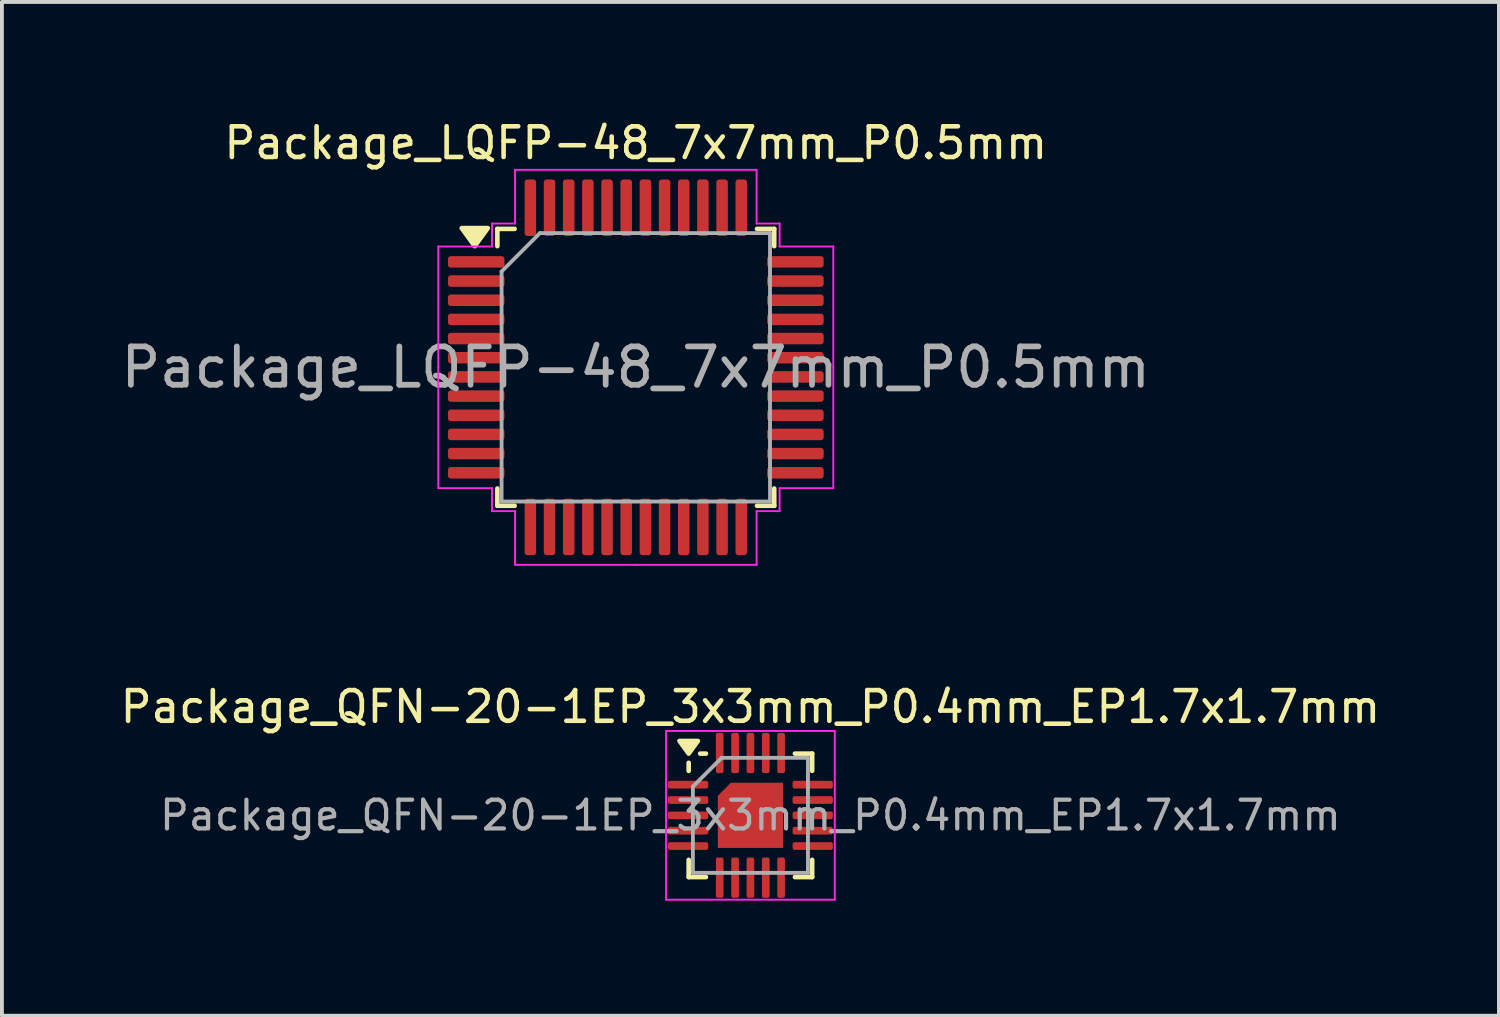
<source format=kicad_pcb>
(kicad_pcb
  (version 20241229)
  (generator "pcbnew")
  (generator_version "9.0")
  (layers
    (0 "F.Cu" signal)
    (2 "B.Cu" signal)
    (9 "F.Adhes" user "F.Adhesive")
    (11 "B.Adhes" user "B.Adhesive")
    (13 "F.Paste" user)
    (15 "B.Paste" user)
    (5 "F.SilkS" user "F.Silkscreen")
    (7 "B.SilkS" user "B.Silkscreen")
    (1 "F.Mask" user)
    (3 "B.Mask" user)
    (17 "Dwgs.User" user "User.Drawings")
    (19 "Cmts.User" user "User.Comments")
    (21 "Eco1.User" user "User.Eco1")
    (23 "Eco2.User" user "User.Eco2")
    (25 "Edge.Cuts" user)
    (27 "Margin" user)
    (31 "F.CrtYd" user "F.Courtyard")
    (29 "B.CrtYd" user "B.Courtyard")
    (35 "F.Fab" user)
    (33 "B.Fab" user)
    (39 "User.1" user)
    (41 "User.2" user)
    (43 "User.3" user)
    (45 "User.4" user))
  (footprint "Package_QFN-20-1EP_3x3mm_P0.4mm_EP1.7x1.7mm"
    (layer "F.Cu")
    (at 16.519 18.212)
    (property "Reference" "Package_QFN-20-1EP_3x3mm_P0.4mm_EP1.7x1.7mm" (at 0 -2.83 0) (layer "F.SilkS") (effects (font (size 0.8 0.8) (thickness 0.12))))
    (attr smd)
    (fp_line (start -1.61 -1.16) (end -1.61 -1.37) (stroke (width 0.12) (type solid)) (layer "F.SilkS"))
    (fp_line (start -1.61 1.61) (end -1.61 1.16) (stroke (width 0.12) (type solid)) (layer "F.SilkS"))
    (fp_line (start -1.16 -1.61) (end -1.31 -1.61) (stroke (width 0.12) (type solid)) (layer "F.SilkS"))
    (fp_line (start -1.16 1.61) (end -1.61 1.61) (stroke (width 0.12) (type solid)) (layer "F.SilkS"))
    (fp_line (start 1.16 -1.61) (end 1.61 -1.61) (stroke (width 0.12) (type solid)) (layer "F.SilkS"))
    (fp_line (start 1.16 1.61) (end 1.61 1.61) (stroke (width 0.12) (type solid)) (layer "F.SilkS"))
    (fp_line (start 1.61 -1.61) (end 1.61 -1.16) (stroke (width 0.12) (type solid)) (layer "F.SilkS"))
    (fp_line (start 1.61 1.61) (end 1.61 1.16) (stroke (width 0.12) (type solid)) (layer "F.SilkS"))
    (fp_poly (pts (xy -1.61 -1.61) (xy -1.85 -1.94) (xy -1.37 -1.94) (xy -1.61 -1.61)) (stroke (width 0.12) (type solid)) (fill yes) (layer "F.SilkS"))
    (fp_line (start -2.2 -2.2) (end -2.2 2.2) (stroke (width 0.05) (type solid)) (layer "F.CrtYd"))
    (fp_line (start -2.2 2.2) (end 2.2 2.2) (stroke (width 0.05) (type solid)) (layer "F.CrtYd"))
    (fp_line (start 2.2 -2.2) (end -2.2 -2.2) (stroke (width 0.05) (type solid)) (layer "F.CrtYd"))
    (fp_line (start 2.2 2.2) (end 2.2 -2.2) (stroke (width 0.05) (type solid)) (layer "F.CrtYd"))
    (fp_line (start -1.5 -0.75) (end -0.75 -1.5) (stroke (width 0.1) (type solid)) (layer "F.Fab"))
    (fp_line (start -1.5 1.5) (end -1.5 -0.75) (stroke (width 0.1) (type solid)) (layer "F.Fab"))
    (fp_line (start -0.75 -1.5) (end 1.5 -1.5) (stroke (width 0.1) (type solid)) (layer "F.Fab"))
    (fp_line (start 1.5 -1.5) (end 1.5 1.5) (stroke (width 0.1) (type solid)) (layer "F.Fab"))
    (fp_line (start 1.5 1.5) (end -1.5 1.5) (stroke (width 0.1) (type solid)) (layer "F.Fab"))
    (fp_text user "${REFERENCE}" (at 0 0 0) (layer "F.Fab") (effects (font (size 0.75 0.75) (thickness 0.11))))
    (pad "" smd roundrect (at -0.41 0.41) (size 0.67 0.67) (layers "F.Paste") (roundrect_rratio 0.25))
    (pad "" smd roundrect (at -0.388 -0.388) (size 0.625 0.625) (layers "F.Paste") (roundrect_rratio 0.25))
    (pad "" smd roundrect (at 0.41 -0.41) (size 0.67 0.67) (layers "F.Paste") (roundrect_rratio 0.25))
    (pad "" smd roundrect (at 0.41 0.41) (size 0.67 0.67) (layers "F.Paste") (roundrect_rratio 0.25))
    (pad "0" smd roundrect (at 0 0) (size 1.7 1.7) (property pad_prop_heatsink) (layers "F.Cu" "F.Mask") (roundrect_rratio 0) (chamfer_ratio 0.2) (chamfer top_left))
    (pad "1" smd roundrect (at -1.625 -0.8) (size 1.05 0.2) (layers "F.Cu" "F.Mask" "F.Paste") (roundrect_rratio 0.25))
    (pad "2" smd roundrect (at -1.625 -0.4) (size 1.05 0.2) (layers "F.Cu" "F.Mask" "F.Paste") (roundrect_rratio 0.25))
    (pad "3" smd roundrect (at -1.625 0) (size 1.05 0.2) (layers "F.Cu" "F.Mask" "F.Paste") (roundrect_rratio 0.25))
    (pad "4" smd roundrect (at -1.625 0.4) (size 1.05 0.2) (layers "F.Cu" "F.Mask" "F.Paste") (roundrect_rratio 0.25))
    (pad "5" smd roundrect (at -1.625 0.8) (size 1.05 0.2) (layers "F.Cu" "F.Mask" "F.Paste") (roundrect_rratio 0.25))
    (pad "6" smd roundrect (at -0.8 1.625) (size 0.2 1.05) (layers "F.Cu" "F.Mask" "F.Paste") (roundrect_rratio 0.25))
    (pad "7" smd roundrect (at -0.4 1.625) (size 0.2 1.05) (layers "F.Cu" "F.Mask" "F.Paste") (roundrect_rratio 0.25))
    (pad "8" smd roundrect (at 0 1.625) (size 0.2 1.05) (layers "F.Cu" "F.Mask" "F.Paste") (roundrect_rratio 0.25))
    (pad "9" smd roundrect (at 0.4 1.625) (size 0.2 1.05) (layers "F.Cu" "F.Mask" "F.Paste") (roundrect_rratio 0.25))
    (pad "10" smd roundrect (at 0.8 1.625) (size 0.2 1.05) (layers "F.Cu" "F.Mask" "F.Paste") (roundrect_rratio 0.25))
    (pad "11" smd roundrect (at 1.625 0.8) (size 1.05 0.2) (layers "F.Cu" "F.Mask" "F.Paste") (roundrect_rratio 0.25))
    (pad "12" smd roundrect (at 1.625 0.4) (size 1.05 0.2) (layers "F.Cu" "F.Mask" "F.Paste") (roundrect_rratio 0.25))
    (pad "13" smd roundrect (at 1.625 0) (size 1.05 0.2) (layers "F.Cu" "F.Mask" "F.Paste") (roundrect_rratio 0.25))
    (pad "14" smd roundrect (at 1.625 -0.4) (size 1.05 0.2) (layers "F.Cu" "F.Mask" "F.Paste") (roundrect_rratio 0.25))
    (pad "15" smd roundrect (at 1.625 -0.8) (size 1.05 0.2) (layers "F.Cu" "F.Mask" "F.Paste") (roundrect_rratio 0.25))
    (pad "16" smd roundrect (at 0.8 -1.625) (size 0.2 1.05) (layers "F.Cu" "F.Mask" "F.Paste") (roundrect_rratio 0.25))
    (pad "17" smd roundrect (at 0.4 -1.625) (size 0.2 1.05) (layers "F.Cu" "F.Mask" "F.Paste") (roundrect_rratio 0.25))
    (pad "18" smd roundrect (at 0 -1.625) (size 0.2 1.05) (layers "F.Cu" "F.Mask" "F.Paste") (roundrect_rratio 0.25))
    (pad "19" smd roundrect (at -0.4 -1.625) (size 0.2 1.05) (layers "F.Cu" "F.Mask" "F.Paste") (roundrect_rratio 0.25))
    (pad "20" smd roundrect (at -0.8 -1.625) (size 0.2 1.05) (layers "F.Cu" "F.Mask" "F.Paste") (roundrect_rratio 0.25)))
  (footprint "Package_LQFP-48_7x7mm_P0.5mm"
    (layer "F.Cu")
    (at 13.53 6.529)
    (property "Reference" "Package_LQFP-48_7x7mm_P0.5mm" (at 0 -5.85 0) (layer "F.SilkS") (effects (font (size 0.8 0.8) (thickness 0.12))))
    (attr smd)
    (fp_line (start -3.61 -3.61) (end -3.61 -3.16) (stroke (width 0.12) (type solid)) (layer "F.SilkS"))
    (fp_line (start -3.61 3.61) (end -3.61 3.16) (stroke (width 0.12) (type solid)) (layer "F.SilkS"))
    (fp_line (start -3.16 -3.61) (end -3.61 -3.61) (stroke (width 0.12) (type solid)) (layer "F.SilkS"))
    (fp_line (start -3.16 3.61) (end -3.61 3.61) (stroke (width 0.12) (type solid)) (layer "F.SilkS"))
    (fp_line (start 3.16 -3.61) (end 3.61 -3.61) (stroke (width 0.12) (type solid)) (layer "F.SilkS"))
    (fp_line (start 3.16 3.61) (end 3.61 3.61) (stroke (width 0.12) (type solid)) (layer "F.SilkS"))
    (fp_line (start 3.61 -3.61) (end 3.61 -3.16) (stroke (width 0.12) (type solid)) (layer "F.SilkS"))
    (fp_line (start 3.61 3.61) (end 3.61 3.16) (stroke (width 0.12) (type solid)) (layer "F.SilkS"))
    (fp_poly (pts (xy -4.2 -3.16) (xy -4.54 -3.63) (xy -3.86 -3.63) (xy -4.2 -3.16)) (stroke (width 0.12) (type solid)) (fill yes) (layer "F.SilkS"))
    (fp_line (start -5.15 -3.15) (end -5.15 0) (stroke (width 0.05) (type solid)) (layer "F.CrtYd"))
    (fp_line (start -5.15 3.15) (end -5.15 0) (stroke (width 0.05) (type solid)) (layer "F.CrtYd"))
    (fp_line (start -3.75 -3.75) (end -3.75 -3.15) (stroke (width 0.05) (type solid)) (layer "F.CrtYd"))
    (fp_line (start -3.75 -3.15) (end -5.15 -3.15) (stroke (width 0.05) (type solid)) (layer "F.CrtYd"))
    (fp_line (start -3.75 3.15) (end -5.15 3.15) (stroke (width 0.05) (type solid)) (layer "F.CrtYd"))
    (fp_line (start -3.75 3.75) (end -3.75 3.15) (stroke (width 0.05) (type solid)) (layer "F.CrtYd"))
    (fp_line (start -3.15 -5.15) (end -3.15 -3.75) (stroke (width 0.05) (type solid)) (layer "F.CrtYd"))
    (fp_line (start -3.15 -3.75) (end -3.75 -3.75) (stroke (width 0.05) (type solid)) (layer "F.CrtYd"))
    (fp_line (start -3.15 3.75) (end -3.75 3.75) (stroke (width 0.05) (type solid)) (layer "F.CrtYd"))
    (fp_line (start -3.15 5.15) (end -3.15 3.75) (stroke (width 0.05) (type solid)) (layer "F.CrtYd"))
    (fp_line (start 0 -5.15) (end -3.15 -5.15) (stroke (width 0.05) (type solid)) (layer "F.CrtYd"))
    (fp_line (start 0 -5.15) (end 3.15 -5.15) (stroke (width 0.05) (type solid)) (layer "F.CrtYd"))
    (fp_line (start 0 5.15) (end -3.15 5.15) (stroke (width 0.05) (type solid)) (layer "F.CrtYd"))
    (fp_line (start 0 5.15) (end 3.15 5.15) (stroke (width 0.05) (type solid)) (layer "F.CrtYd"))
    (fp_line (start 3.15 -5.15) (end 3.15 -3.75) (stroke (width 0.05) (type solid)) (layer "F.CrtYd"))
    (fp_line (start 3.15 -3.75) (end 3.75 -3.75) (stroke (width 0.05) (type solid)) (layer "F.CrtYd"))
    (fp_line (start 3.15 3.75) (end 3.75 3.75) (stroke (width 0.05) (type solid)) (layer "F.CrtYd"))
    (fp_line (start 3.15 5.15) (end 3.15 3.75) (stroke (width 0.05) (type solid)) (layer "F.CrtYd"))
    (fp_line (start 3.75 -3.75) (end 3.75 -3.15) (stroke (width 0.05) (type solid)) (layer "F.CrtYd"))
    (fp_line (start 3.75 -3.15) (end 5.15 -3.15) (stroke (width 0.05) (type solid)) (layer "F.CrtYd"))
    (fp_line (start 3.75 3.15) (end 5.15 3.15) (stroke (width 0.05) (type solid)) (layer "F.CrtYd"))
    (fp_line (start 3.75 3.75) (end 3.75 3.15) (stroke (width 0.05) (type solid)) (layer "F.CrtYd"))
    (fp_line (start 5.15 -3.15) (end 5.15 0) (stroke (width 0.05) (type solid)) (layer "F.CrtYd"))
    (fp_line (start 5.15 3.15) (end 5.15 0) (stroke (width 0.05) (type solid)) (layer "F.CrtYd"))
    (fp_line (start -3.5 -2.5) (end -2.5 -3.5) (stroke (width 0.1) (type solid)) (layer "F.Fab"))
    (fp_line (start -3.5 3.5) (end -3.5 -2.5) (stroke (width 0.1) (type solid)) (layer "F.Fab"))
    (fp_line (start -2.5 -3.5) (end 3.5 -3.5) (stroke (width 0.1) (type solid)) (layer "F.Fab"))
    (fp_line (start 3.5 -3.5) (end 3.5 3.5) (stroke (width 0.1) (type solid)) (layer "F.Fab"))
    (fp_line (start 3.5 3.5) (end -3.5 3.5) (stroke (width 0.1) (type solid)) (layer "F.Fab"))
    (fp_text user "${REFERENCE}" (at 0 0 0) (layer "F.Fab") (effects (font (size 1 1) (thickness 0.15))))
    (pad "1" smd roundrect (at -4.162 -2.75) (size 1.475 0.3) (layers "F.Cu" "F.Mask" "F.Paste") (roundrect_rratio 0.25))
    (pad "2" smd roundrect (at -4.162 -2.25) (size 1.475 0.3) (layers "F.Cu" "F.Mask" "F.Paste") (roundrect_rratio 0.25))
    (pad "3" smd roundrect (at -4.162 -1.75) (size 1.475 0.3) (layers "F.Cu" "F.Mask" "F.Paste") (roundrect_rratio 0.25))
    (pad "4" smd roundrect (at -4.162 -1.25) (size 1.475 0.3) (layers "F.Cu" "F.Mask" "F.Paste") (roundrect_rratio 0.25))
    (pad "5" smd roundrect (at -4.162 -0.75) (size 1.475 0.3) (layers "F.Cu" "F.Mask" "F.Paste") (roundrect_rratio 0.25))
    (pad "6" smd roundrect (at -4.162 -0.25) (size 1.475 0.3) (layers "F.Cu" "F.Mask" "F.Paste") (roundrect_rratio 0.25))
    (pad "7" smd roundrect (at -4.162 0.25) (size 1.475 0.3) (layers "F.Cu" "F.Mask" "F.Paste") (roundrect_rratio 0.25))
    (pad "8" smd roundrect (at -4.162 0.75) (size 1.475 0.3) (layers "F.Cu" "F.Mask" "F.Paste") (roundrect_rratio 0.25))
    (pad "9" smd roundrect (at -4.162 1.25) (size 1.475 0.3) (layers "F.Cu" "F.Mask" "F.Paste") (roundrect_rratio 0.25))
    (pad "10" smd roundrect (at -4.162 1.75) (size 1.475 0.3) (layers "F.Cu" "F.Mask" "F.Paste") (roundrect_rratio 0.25))
    (pad "11" smd roundrect (at -4.162 2.25) (size 1.475 0.3) (layers "F.Cu" "F.Mask" "F.Paste") (roundrect_rratio 0.25))
    (pad "12" smd roundrect (at -4.162 2.75) (size 1.475 0.3) (layers "F.Cu" "F.Mask" "F.Paste") (roundrect_rratio 0.25))
    (pad "13" smd roundrect (at -2.75 4.162) (size 0.3 1.475) (layers "F.Cu" "F.Mask" "F.Paste") (roundrect_rratio 0.25))
    (pad "14" smd roundrect (at -2.25 4.162) (size 0.3 1.475) (layers "F.Cu" "F.Mask" "F.Paste") (roundrect_rratio 0.25))
    (pad "15" smd roundrect (at -1.75 4.162) (size 0.3 1.475) (layers "F.Cu" "F.Mask" "F.Paste") (roundrect_rratio 0.25))
    (pad "16" smd roundrect (at -1.25 4.162) (size 0.3 1.475) (layers "F.Cu" "F.Mask" "F.Paste") (roundrect_rratio 0.25))
    (pad "17" smd roundrect (at -0.75 4.162) (size 0.3 1.475) (layers "F.Cu" "F.Mask" "F.Paste") (roundrect_rratio 0.25))
    (pad "18" smd roundrect (at -0.25 4.162) (size 0.3 1.475) (layers "F.Cu" "F.Mask" "F.Paste") (roundrect_rratio 0.25))
    (pad "19" smd roundrect (at 0.25 4.162) (size 0.3 1.475) (layers "F.Cu" "F.Mask" "F.Paste") (roundrect_rratio 0.25))
    (pad "20" smd roundrect (at 0.75 4.162) (size 0.3 1.475) (layers "F.Cu" "F.Mask" "F.Paste") (roundrect_rratio 0.25))
    (pad "21" smd roundrect (at 1.25 4.162) (size 0.3 1.475) (layers "F.Cu" "F.Mask" "F.Paste") (roundrect_rratio 0.25))
    (pad "22" smd roundrect (at 1.75 4.162) (size 0.3 1.475) (layers "F.Cu" "F.Mask" "F.Paste") (roundrect_rratio 0.25))
    (pad "23" smd roundrect (at 2.25 4.162) (size 0.3 1.475) (layers "F.Cu" "F.Mask" "F.Paste") (roundrect_rratio 0.25))
    (pad "24" smd roundrect (at 2.75 4.162) (size 0.3 1.475) (layers "F.Cu" "F.Mask" "F.Paste") (roundrect_rratio 0.25))
    (pad "25" smd roundrect (at 4.162 2.75) (size 1.475 0.3) (layers "F.Cu" "F.Mask" "F.Paste") (roundrect_rratio 0.25))
    (pad "26" smd roundrect (at 4.162 2.25) (size 1.475 0.3) (layers "F.Cu" "F.Mask" "F.Paste") (roundrect_rratio 0.25))
    (pad "27" smd roundrect (at 4.162 1.75) (size 1.475 0.3) (layers "F.Cu" "F.Mask" "F.Paste") (roundrect_rratio 0.25))
    (pad "28" smd roundrect (at 4.162 1.25) (size 1.475 0.3) (layers "F.Cu" "F.Mask" "F.Paste") (roundrect_rratio 0.25))
    (pad "29" smd roundrect (at 4.162 0.75) (size 1.475 0.3) (layers "F.Cu" "F.Mask" "F.Paste") (roundrect_rratio 0.25))
    (pad "30" smd roundrect (at 4.162 0.25) (size 1.475 0.3) (layers "F.Cu" "F.Mask" "F.Paste") (roundrect_rratio 0.25))
    (pad "31" smd roundrect (at 4.162 -0.25) (size 1.475 0.3) (layers "F.Cu" "F.Mask" "F.Paste") (roundrect_rratio 0.25))
    (pad "32" smd roundrect (at 4.162 -0.75) (size 1.475 0.3) (layers "F.Cu" "F.Mask" "F.Paste") (roundrect_rratio 0.25))
    (pad "33" smd roundrect (at 4.162 -1.25) (size 1.475 0.3) (layers "F.Cu" "F.Mask" "F.Paste") (roundrect_rratio 0.25))
    (pad "34" smd roundrect (at 4.162 -1.75) (size 1.475 0.3) (layers "F.Cu" "F.Mask" "F.Paste") (roundrect_rratio 0.25))
    (pad "35" smd roundrect (at 4.162 -2.25) (size 1.475 0.3) (layers "F.Cu" "F.Mask" "F.Paste") (roundrect_rratio 0.25))
    (pad "36" smd roundrect (at 4.162 -2.75) (size 1.475 0.3) (layers "F.Cu" "F.Mask" "F.Paste") (roundrect_rratio 0.25))
    (pad "37" smd roundrect (at 2.75 -4.162) (size 0.3 1.475) (layers "F.Cu" "F.Mask" "F.Paste") (roundrect_rratio 0.25))
    (pad "38" smd roundrect (at 2.25 -4.162) (size 0.3 1.475) (layers "F.Cu" "F.Mask" "F.Paste") (roundrect_rratio 0.25))
    (pad "39" smd roundrect (at 1.75 -4.162) (size 0.3 1.475) (layers "F.Cu" "F.Mask" "F.Paste") (roundrect_rratio 0.25))
    (pad "40" smd roundrect (at 1.25 -4.162) (size 0.3 1.475) (layers "F.Cu" "F.Mask" "F.Paste") (roundrect_rratio 0.25))
    (pad "41" smd roundrect (at 0.75 -4.162) (size 0.3 1.475) (layers "F.Cu" "F.Mask" "F.Paste") (roundrect_rratio 0.25))
    (pad "42" smd roundrect (at 0.25 -4.162) (size 0.3 1.475) (layers "F.Cu" "F.Mask" "F.Paste") (roundrect_rratio 0.25))
    (pad "43" smd roundrect (at -0.25 -4.162) (size 0.3 1.475) (layers "F.Cu" "F.Mask" "F.Paste") (roundrect_rratio 0.25))
    (pad "44" smd roundrect (at -0.75 -4.162) (size 0.3 1.475) (layers "F.Cu" "F.Mask" "F.Paste") (roundrect_rratio 0.25))
    (pad "45" smd roundrect (at -1.25 -4.162) (size 0.3 1.475) (layers "F.Cu" "F.Mask" "F.Paste") (roundrect_rratio 0.25))
    (pad "46" smd roundrect (at -1.75 -4.162) (size 0.3 1.475) (layers "F.Cu" "F.Mask" "F.Paste") (roundrect_rratio 0.25))
    (pad "47" smd roundrect (at -2.25 -4.162) (size 0.3 1.475) (layers "F.Cu" "F.Mask" "F.Paste") (roundrect_rratio 0.25))
    (pad "48" smd roundrect (at -2.75 -4.162) (size 0.3 1.475) (layers "F.Cu" "F.Mask" "F.Paste") (roundrect_rratio 0.25)))
  (gr_rect
    (start -3 -3)
    (end 36.038 23.437)
    (stroke (width 0.1) (type default))
    (fill no)
    (layer "Edge.Cuts")))
</source>
